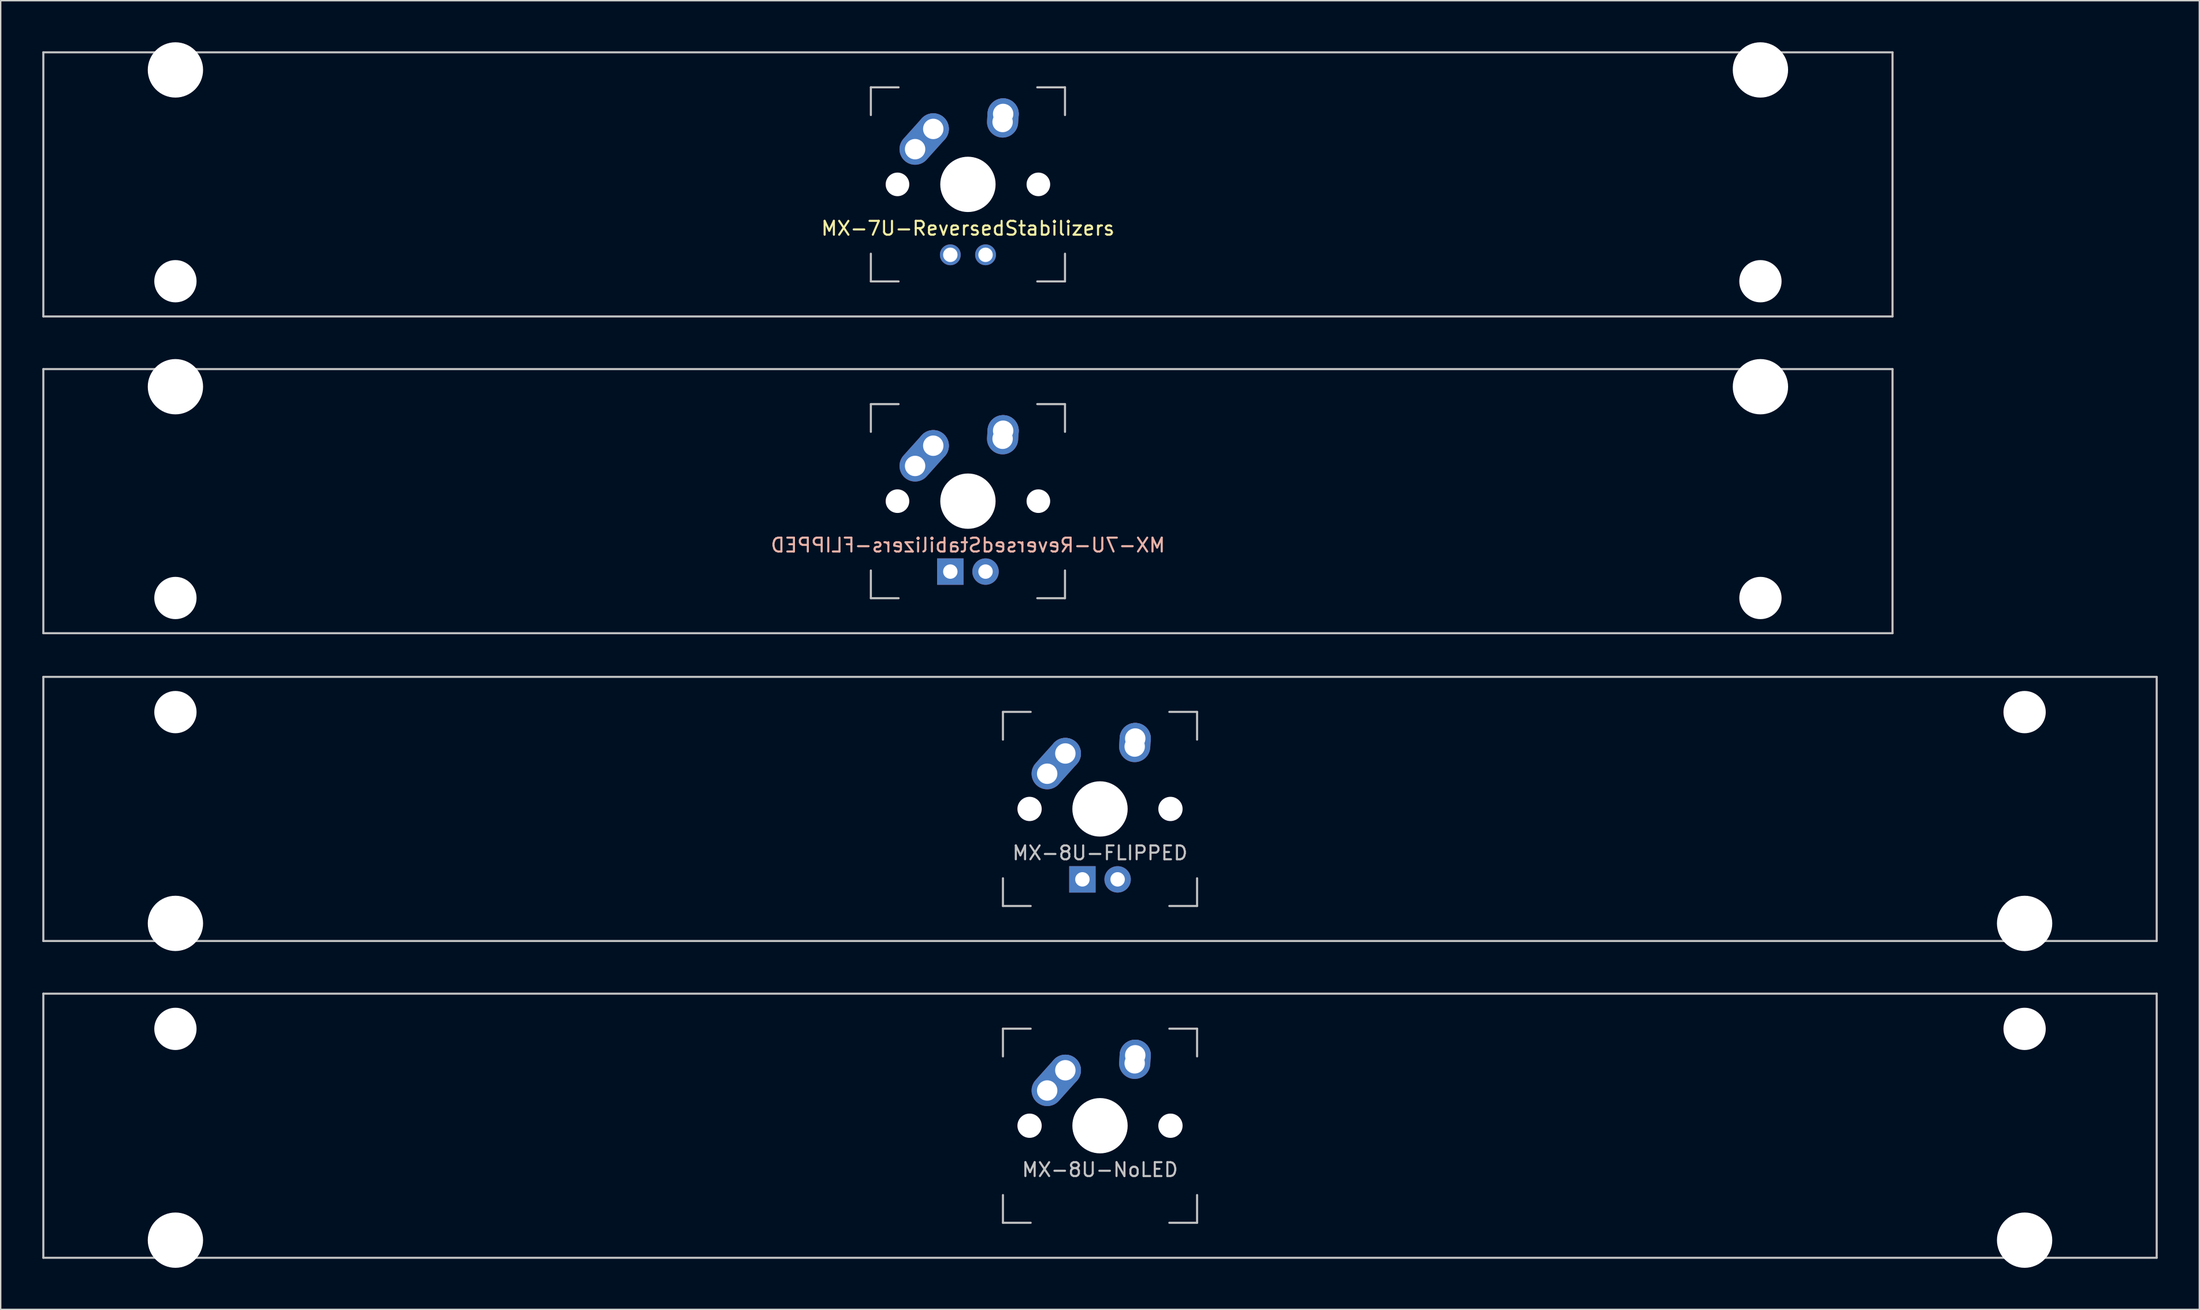
<source format=kicad_pcb>
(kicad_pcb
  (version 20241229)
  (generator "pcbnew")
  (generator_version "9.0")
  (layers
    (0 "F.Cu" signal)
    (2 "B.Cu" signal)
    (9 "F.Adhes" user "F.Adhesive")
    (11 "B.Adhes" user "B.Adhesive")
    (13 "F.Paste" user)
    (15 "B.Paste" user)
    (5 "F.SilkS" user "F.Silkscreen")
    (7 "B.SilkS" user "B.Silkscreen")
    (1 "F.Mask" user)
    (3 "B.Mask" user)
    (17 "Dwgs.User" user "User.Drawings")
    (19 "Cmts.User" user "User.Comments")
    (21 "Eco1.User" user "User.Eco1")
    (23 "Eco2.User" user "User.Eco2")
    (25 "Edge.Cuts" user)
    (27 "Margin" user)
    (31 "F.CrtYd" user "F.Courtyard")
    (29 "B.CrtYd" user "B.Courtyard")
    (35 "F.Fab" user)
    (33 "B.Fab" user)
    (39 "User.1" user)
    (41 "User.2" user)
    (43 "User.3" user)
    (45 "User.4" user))
  (footprint "MX-7U-ReversedStabilizers-FLIPPED"
    (layer "F.Cu")
    (at 66.75 33.098)
    (property "Reference" "MX-7U-ReversedStabilizers-FLIPPED" (at 0 3.175 0) (layer "B.SilkS") (effects (font (size 1 1) (thickness 0.15)) (justify mirror)))
    (attr through_hole)
    (fp_line (start -66.675 -9.525) (end 66.675 -9.525) (stroke (width 0.15) (type solid)) (layer "Dwgs.User"))
    (fp_line (start -66.675 9.525) (end -66.675 -9.525) (stroke (width 0.15) (type solid)) (layer "Dwgs.User"))
    (fp_line (start -66.675 9.525) (end 66.675 9.525) (stroke (width 0.15) (type solid)) (layer "Dwgs.User"))
    (fp_line (start -7 -7) (end -7 -5) (stroke (width 0.15) (type solid)) (layer "Dwgs.User"))
    (fp_line (start -7 5) (end -7 7) (stroke (width 0.15) (type solid)) (layer "Dwgs.User"))
    (fp_line (start -7 7) (end -5 7) (stroke (width 0.15) (type solid)) (layer "Dwgs.User"))
    (fp_line (start -5 -7) (end -7 -7) (stroke (width 0.15) (type solid)) (layer "Dwgs.User"))
    (fp_line (start 5 -7) (end 7 -7) (stroke (width 0.15) (type solid)) (layer "Dwgs.User"))
    (fp_line (start 5 7) (end 7 7) (stroke (width 0.15) (type solid)) (layer "Dwgs.User"))
    (fp_line (start 7 -7) (end 7 -5) (stroke (width 0.15) (type solid)) (layer "Dwgs.User"))
    (fp_line (start 7 7) (end 7 5) (stroke (width 0.15) (type solid)) (layer "Dwgs.User"))
    (fp_line (start 66.675 -9.525) (end 66.675 9.525) (stroke (width 0.15) (type solid)) (layer "Dwgs.User"))
    (pad "" np_thru_hole circle (at -57.15 -8.255) (size 3.988 3.988) (drill 3.988) (layers "*.Cu" "*.Mask"))
    (pad "" np_thru_hole circle (at -57.15 6.985) (size 3.048 3.048) (drill 3.048) (layers "*.Cu" "*.Mask"))
    (pad "" np_thru_hole circle (at -5.08 0 48.1) (size 1.702 1.702) (drill 1.702) (layers "*.Cu" "*.Mask"))
    (pad "" np_thru_hole circle (at 0 0) (size 3.988 3.988) (drill 3.988) (layers "*.Cu" "*.Mask"))
    (pad "" np_thru_hole circle (at 5.08 0 48.1) (size 1.702 1.702) (drill 1.702) (layers "*.Cu" "*.Mask"))
    (pad "" np_thru_hole circle (at 57.15 -8.255) (size 3.988 3.988) (drill 3.988) (layers "*.Cu" "*.Mask"))
    (pad "" np_thru_hole circle (at 57.15 6.985) (size 3.048 3.048) (drill 3.048) (layers "*.Cu" "*.Mask"))
    (pad "1" thru_hole oval (at -3.81 -2.54 48.1) (size 4.212 2.25) (drill 1.47 (offset 0.981 0)) (layers "*.Cu" "*.Mask"))
    (pad "1" thru_hole circle (at -2.5 -4) (size 2.25 2.25) (drill 1.47) (layers "*.Cu" "*.Mask"))
    (pad "2" thru_hole oval (at 2.5 -4.5 86.055) (size 2.831 2.25) (drill 1.47 (offset 0.291 0)) (layers "*.Cu" "*.Mask"))
    (pad "2" thru_hole circle (at 2.54 -5.08) (size 2.25 2.25) (drill 1.47) (layers "*.Cu" "*.Mask"))
    (pad "3" thru_hole circle (at 1.27 5.08) (size 1.905 1.905) (drill 1.04) (layers "*.Cu" "*.Mask"))
    (pad "4" thru_hole rect (at -1.27 5.08) (size 1.905 1.905) (drill 1.04) (layers "*.Cu" "*.Mask")))
  (footprint "MX-8U-FLIPPED"
    (layer "F.Cu")
    (at 76.275 55.298)
    (property "Reference" "MX-8U-FLIPPED" (at 0 3.175 0) (layer "Dwgs.User") (effects (font (size 1 1) (thickness 0.15))))
    (attr through_hole)
    (fp_line (start -76.2 -9.525) (end 76.2 -9.525) (stroke (width 0.15) (type solid)) (layer "Dwgs.User"))
    (fp_line (start -76.2 9.525) (end -76.2 -9.525) (stroke (width 0.15) (type solid)) (layer "Dwgs.User"))
    (fp_line (start -76.2 9.525) (end 76.2 9.525) (stroke (width 0.15) (type solid)) (layer "Dwgs.User"))
    (fp_line (start -7 -7) (end -7 -5) (stroke (width 0.15) (type solid)) (layer "Dwgs.User"))
    (fp_line (start -7 5) (end -7 7) (stroke (width 0.15) (type solid)) (layer "Dwgs.User"))
    (fp_line (start -7 7) (end -5 7) (stroke (width 0.15) (type solid)) (layer "Dwgs.User"))
    (fp_line (start -5 -7) (end -7 -7) (stroke (width 0.15) (type solid)) (layer "Dwgs.User"))
    (fp_line (start 5 -7) (end 7 -7) (stroke (width 0.15) (type solid)) (layer "Dwgs.User"))
    (fp_line (start 5 7) (end 7 7) (stroke (width 0.15) (type solid)) (layer "Dwgs.User"))
    (fp_line (start 7 -7) (end 7 -5) (stroke (width 0.15) (type solid)) (layer "Dwgs.User"))
    (fp_line (start 7 7) (end 7 5) (stroke (width 0.15) (type solid)) (layer "Dwgs.User"))
    (fp_line (start 76.2 -9.525) (end 76.2 9.525) (stroke (width 0.15) (type solid)) (layer "Dwgs.User"))
    (pad "" np_thru_hole circle (at -66.675 -6.985) (size 3.048 3.048) (drill 3.048) (layers "*.Cu" "*.Mask"))
    (pad "" np_thru_hole circle (at -66.675 8.255) (size 3.988 3.988) (drill 3.988) (layers "*.Cu" "*.Mask"))
    (pad "" np_thru_hole circle (at -5.08 0 48.1) (size 1.75 1.75) (drill 1.75) (layers "*.Cu" "*.Mask"))
    (pad "" np_thru_hole circle (at 0 0) (size 3.988 3.988) (drill 3.988) (layers "*.Cu" "*.Mask"))
    (pad "" np_thru_hole circle (at 5.08 0 48.1) (size 1.75 1.75) (drill 1.75) (layers "*.Cu" "*.Mask"))
    (pad "" np_thru_hole circle (at 66.675 -6.985) (size 3.048 3.048) (drill 3.048) (layers "*.Cu" "*.Mask"))
    (pad "" np_thru_hole circle (at 66.675 8.255) (size 3.988 3.988) (drill 3.988) (layers "*.Cu" "*.Mask"))
    (pad "1" thru_hole oval (at -3.81 -2.54 48.1) (size 4.212 2.25) (drill 1.47 (offset 0.981 0)) (layers "*.Cu" "B.Mask"))
    (pad "1" thru_hole circle (at -2.5 -4) (size 2.25 2.25) (drill 1.47) (layers "*.Cu" "B.Mask"))
    (pad "2" thru_hole oval (at 2.5 -4.5 86.055) (size 2.831 2.25) (drill 1.47 (offset 0.291 0)) (layers "*.Cu" "B.Mask"))
    (pad "2" thru_hole circle (at 2.54 -5.08) (size 2.25 2.25) (drill 1.47) (layers "*.Cu" "B.Mask"))
    (pad "3" thru_hole circle (at 1.27 5.08) (size 1.905 1.905) (drill 1.04) (layers "*.Cu" "B.Mask"))
    (pad "4" thru_hole rect (at -1.27 5.08) (size 1.905 1.905) (drill 1.04) (layers "*.Cu" "B.Mask")))
  (footprint "MX-8U-NoLED"
    (layer "F.Cu")
    (at 76.275 78.147)
    (property "Reference" "MX-8U-NoLED" (at 0 3.175 0) (layer "Dwgs.User") (effects (font (size 1 1) (thickness 0.15))))
    (attr through_hole)
    (fp_line (start -76.2 -9.525) (end 76.2 -9.525) (stroke (width 0.15) (type solid)) (layer "Dwgs.User"))
    (fp_line (start -76.2 9.525) (end -76.2 -9.525) (stroke (width 0.15) (type solid)) (layer "Dwgs.User"))
    (fp_line (start -76.2 9.525) (end 76.2 9.525) (stroke (width 0.15) (type solid)) (layer "Dwgs.User"))
    (fp_line (start -7 -7) (end -7 -5) (stroke (width 0.15) (type solid)) (layer "Dwgs.User"))
    (fp_line (start -7 5) (end -7 7) (stroke (width 0.15) (type solid)) (layer "Dwgs.User"))
    (fp_line (start -7 7) (end -5 7) (stroke (width 0.15) (type solid)) (layer "Dwgs.User"))
    (fp_line (start -5 -7) (end -7 -7) (stroke (width 0.15) (type solid)) (layer "Dwgs.User"))
    (fp_line (start 5 -7) (end 7 -7) (stroke (width 0.15) (type solid)) (layer "Dwgs.User"))
    (fp_line (start 5 7) (end 7 7) (stroke (width 0.15) (type solid)) (layer "Dwgs.User"))
    (fp_line (start 7 -7) (end 7 -5) (stroke (width 0.15) (type solid)) (layer "Dwgs.User"))
    (fp_line (start 7 7) (end 7 5) (stroke (width 0.15) (type solid)) (layer "Dwgs.User"))
    (fp_line (start 76.2 -9.525) (end 76.2 9.525) (stroke (width 0.15) (type solid)) (layer "Dwgs.User"))
    (pad "" np_thru_hole circle (at -66.675 -6.985) (size 3.048 3.048) (drill 3.048) (layers "*.Cu" "*.Mask"))
    (pad "" np_thru_hole circle (at -66.675 8.255) (size 3.988 3.988) (drill 3.988) (layers "*.Cu" "*.Mask"))
    (pad "" np_thru_hole circle (at -5.08 0 48.1) (size 1.75 1.75) (drill 1.75) (layers "*.Cu" "*.Mask"))
    (pad "" np_thru_hole circle (at 0 0) (size 3.988 3.988) (drill 3.988) (layers "*.Cu" "*.Mask"))
    (pad "" np_thru_hole circle (at 5.08 0 48.1) (size 1.75 1.75) (drill 1.75) (layers "*.Cu" "*.Mask"))
    (pad "" np_thru_hole circle (at 66.675 -6.985) (size 3.048 3.048) (drill 3.048) (layers "*.Cu" "*.Mask"))
    (pad "" np_thru_hole circle (at 66.675 8.255) (size 3.988 3.988) (drill 3.988) (layers "*.Cu" "*.Mask"))
    (pad "1" thru_hole oval (at -3.81 -2.54 48.1) (size 4.212 2.25) (drill 1.47 (offset 0.981 0)) (layers "*.Cu" "B.Mask"))
    (pad "1" thru_hole circle (at -2.5 -4) (size 2.25 2.25) (drill 1.47) (layers "*.Cu" "B.Mask"))
    (pad "2" thru_hole oval (at 2.5 -4.5 86.055) (size 2.831 2.25) (drill 1.47 (offset 0.291 0)) (layers "*.Cu" "B.Mask"))
    (pad "2" thru_hole circle (at 2.54 -5.08) (size 2.25 2.25) (drill 1.47) (layers "*.Cu" "B.Mask")))
  (footprint "MX-7U-ReversedStabilizers"
    (layer "F.Cu")
    (at 66.75 10.249)
    (property "Reference" "MX-7U-ReversedStabilizers" (at 0 3.175 0) (layer "F.SilkS") (effects (font (size 1 1) (thickness 0.15))))
    (attr through_hole)
    (fp_line (start -66.675 -9.525) (end 66.675 -9.525) (stroke (width 0.15) (type solid)) (layer "Dwgs.User"))
    (fp_line (start -66.675 9.525) (end -66.675 -9.525) (stroke (width 0.15) (type solid)) (layer "Dwgs.User"))
    (fp_line (start -66.675 9.525) (end 66.675 9.525) (stroke (width 0.15) (type solid)) (layer "Dwgs.User"))
    (fp_line (start -7 -7) (end -7 -5) (stroke (width 0.15) (type solid)) (layer "Dwgs.User"))
    (fp_line (start -7 5) (end -7 7) (stroke (width 0.15) (type solid)) (layer "Dwgs.User"))
    (fp_line (start -7 7) (end -5 7) (stroke (width 0.15) (type solid)) (layer "Dwgs.User"))
    (fp_line (start -5 -7) (end -7 -7) (stroke (width 0.15) (type solid)) (layer "Dwgs.User"))
    (fp_line (start 5 -7) (end 7 -7) (stroke (width 0.15) (type solid)) (layer "Dwgs.User"))
    (fp_line (start 5 7) (end 7 7) (stroke (width 0.15) (type solid)) (layer "Dwgs.User"))
    (fp_line (start 7 -7) (end 7 -5) (stroke (width 0.15) (type solid)) (layer "Dwgs.User"))
    (fp_line (start 7 7) (end 7 5) (stroke (width 0.15) (type solid)) (layer "Dwgs.User"))
    (fp_line (start 66.675 -9.525) (end 66.675 9.525) (stroke (width 0.15) (type solid)) (layer "Dwgs.User"))
    (pad "" np_thru_hole circle (at -57.15 -8.255) (size 3.988 3.988) (drill 3.988) (layers "*.Cu" "*.Mask"))
    (pad "" np_thru_hole circle (at -57.15 6.985) (size 3.048 3.048) (drill 3.048) (layers "*.Cu" "*.Mask"))
    (pad "" np_thru_hole circle (at -5.08 0 48.1) (size 1.702 1.702) (drill 1.702) (layers "*.Cu" "*.Mask"))
    (pad "" np_thru_hole circle (at 0 0) (size 3.988 3.988) (drill 3.988) (layers "*.Cu" "*.Mask"))
    (pad "" np_thru_hole circle (at 5.08 0 48.1) (size 1.702 1.702) (drill 1.702) (layers "*.Cu" "*.Mask"))
    (pad "" np_thru_hole circle (at 57.15 -8.255) (size 3.988 3.988) (drill 3.988) (layers "*.Cu" "*.Mask"))
    (pad "" np_thru_hole circle (at 57.15 6.985) (size 3.048 3.048) (drill 3.048) (layers "*.Cu" "*.Mask"))
    (pad "1" thru_hole oval (at -3.81 -2.54 48.1) (size 4.212 2.25) (drill 1.47 (offset 0.981 0)) (layers "*.Cu" "*.Mask"))
    (pad "1" thru_hole circle (at -2.5 -4) (size 2.25 2.25) (drill 1.47) (layers "*.Cu" "*.Mask"))
    (pad "2" thru_hole oval (at 2.5 -4.5 86.055) (size 2.831 2.25) (drill 1.47 (offset 0.291 0)) (layers "*.Cu" "*.Mask"))
    (pad "2" thru_hole circle (at 2.54 -5.08) (size 2.25 2.25) (drill 1.47) (layers "*.Cu" "*.Mask"))
    (pad "3" thru_hole circle (at -1.27 5.08) (size 1.5 1.5) (drill 1.04) (layers "*.Cu" "*.Mask"))
    (pad "4" thru_hole circle (at 1.27 5.08) (size 1.5 1.5) (drill 1.04) (layers "*.Cu" "*.Mask")))
  (gr_rect
    (start -3 -3)
    (end 155.55 91.396)
    (stroke (width 0.1) (type default))
    (fill no)
    (layer "Edge.Cuts")))
</source>
